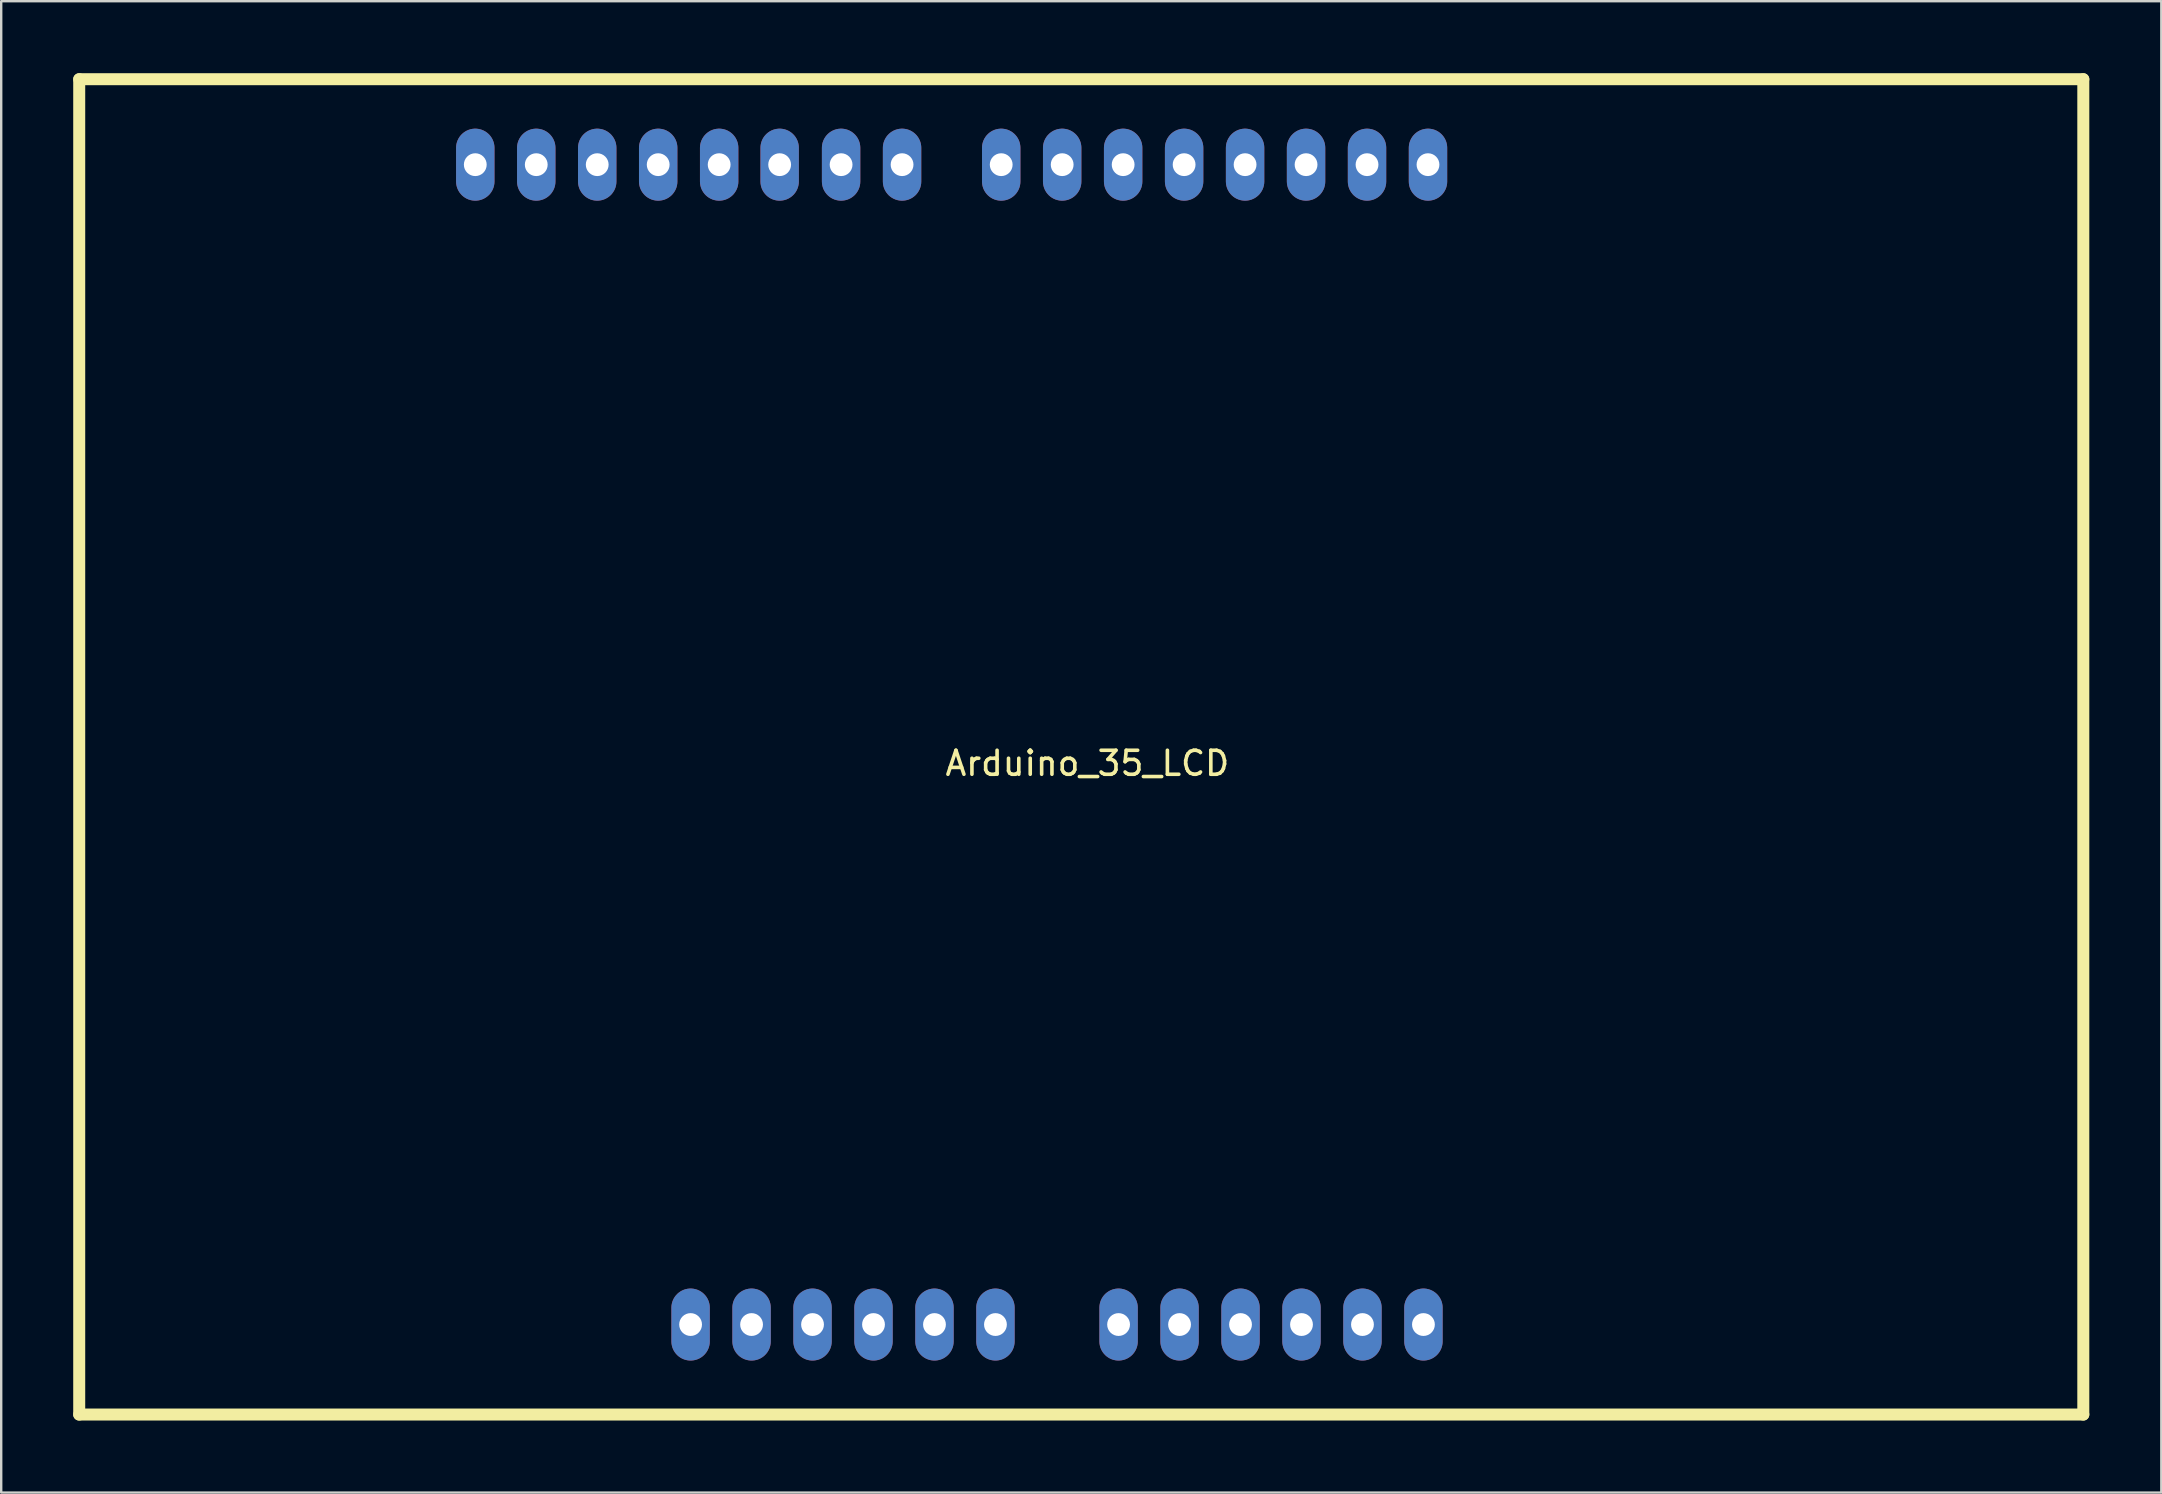
<source format=kicad_pcb>
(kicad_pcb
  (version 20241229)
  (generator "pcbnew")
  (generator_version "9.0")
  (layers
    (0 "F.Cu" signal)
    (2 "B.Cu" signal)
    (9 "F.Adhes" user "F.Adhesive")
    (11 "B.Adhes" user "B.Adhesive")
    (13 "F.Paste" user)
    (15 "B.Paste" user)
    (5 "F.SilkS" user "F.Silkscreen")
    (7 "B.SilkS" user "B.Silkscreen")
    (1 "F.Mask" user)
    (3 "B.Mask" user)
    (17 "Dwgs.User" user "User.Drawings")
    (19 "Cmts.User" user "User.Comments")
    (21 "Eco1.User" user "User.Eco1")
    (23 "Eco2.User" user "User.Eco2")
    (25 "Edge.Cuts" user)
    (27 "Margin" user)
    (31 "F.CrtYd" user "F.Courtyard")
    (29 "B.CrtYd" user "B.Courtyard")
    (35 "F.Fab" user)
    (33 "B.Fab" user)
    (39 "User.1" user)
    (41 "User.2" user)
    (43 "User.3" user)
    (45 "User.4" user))
  (footprint "Arduino_35_LCD"
    (layer "F.Cu")
    (at 0.25 0.25)
    (property "Reference" "Arduino_35_LCD" (at 42 28.5 0) (layer "F.SilkS") (effects (font (size 1 1) (thickness 0.15))))
    (attr through_hole)
    (fp_line (start 0 0) (end 83.49 0) (stroke (width 0.5) (type solid)) (layer "F.SilkS"))
    (fp_line (start 0 55.63) (end 0 0) (stroke (width 0.5) (type solid)) (layer "F.SilkS"))
    (fp_line (start 83.49 0) (end 83.49 55.63) (stroke (width 0.5) (type solid)) (layer "F.SilkS"))
    (fp_line (start 83.49 55.63) (end 0 55.63) (stroke (width 0.5) (type solid)) (layer "F.SilkS"))
    (pad "0" thru_hole oval (at 34.28 3.56) (size 1.6 3) (drill 0.95) (layers "*.Cu" "*.Mask"))
    (pad "1" thru_hole oval (at 31.74 3.56) (size 1.6 3) (drill 0.95) (layers "*.Cu" "*.Mask"))
    (pad "2" thru_hole oval (at 51.11 3.56) (size 1.6 3) (drill 0.95) (layers "*.Cu" "*.Mask"))
    (pad "3" thru_hole oval (at 48.57 3.56) (size 1.6 3) (drill 0.95) (layers "*.Cu" "*.Mask"))
    (pad "4" thru_hole oval (at 46.03 3.56) (size 1.6 3) (drill 0.95) (layers "*.Cu" "*.Mask"))
    (pad "5" thru_hole oval (at 43.49 3.56) (size 1.6 3) (drill 0.95) (layers "*.Cu" "*.Mask"))
    (pad "6" thru_hole oval (at 40.95 3.56) (size 1.6 3) (drill 0.95) (layers "*.Cu" "*.Mask"))
    (pad "7" thru_hole oval (at 38.41 3.56) (size 1.6 3) (drill 0.95) (layers "*.Cu" "*.Mask"))
    (pad "8" thru_hole oval (at 21.58 3.56) (size 1.6 3) (drill 0.95) (layers "*.Cu" "*.Mask"))
    (pad "9" thru_hole oval (at 24.12 3.56) (size 1.6 3) (drill 0.95) (layers "*.Cu" "*.Mask"))
    (pad "10" thru_hole oval (at 26.66 3.56) (size 1.6 3) (drill 0.95) (layers "*.Cu" "*.Mask"))
    (pad "11" thru_hole oval (at 29.18 3.56) (size 1.6 3) (drill 0.95) (layers "*.Cu" "*.Mask"))
    (pad "12" thru_hole oval (at 45.84 51.88) (size 1.6 3) (drill 0.95) (layers "*.Cu" "*.Mask"))
    (pad "13" thru_hole oval (at 48.38 51.88) (size 1.6 3) (drill 0.95) (layers "*.Cu" "*.Mask"))
    (pad "14" thru_hole oval (at 43.3 51.88) (size 1.6 3) (drill 0.95) (layers "*.Cu" "*.Mask"))
    (pad "15" thru_hole oval (at 50.92 51.88) (size 1.6 3) (drill 0.95) (layers "*.Cu" "*.Mask"))
    (pad "16" thru_hole oval (at 53.46 51.88) (size 1.6 3) (drill 0.95) (layers "*.Cu" "*.Mask"))
    (pad "17" thru_hole oval (at 35.63 51.88) (size 1.6 3) (drill 0.95) (layers "*.Cu" "*.Mask"))
    (pad "18" thru_hole oval (at 28.01 51.88) (size 1.6 3) (drill 0.95) (layers "*.Cu" "*.Mask"))
    (pad "19" thru_hole oval (at 30.55 51.88) (size 1.6 3) (drill 0.95) (layers "*.Cu" "*.Mask"))
    (pad "20" thru_hole oval (at 56 51.88) (size 1.6 3) (drill 0.95) (layers "*.Cu" "*.Mask"))
    (pad "21" thru_hole oval (at 38.17 51.88) (size 1.6 3) (drill 0.95) (layers "*.Cu" "*.Mask"))
    (pad "22" thru_hole oval (at 33.09 51.88) (size 1.6 3) (drill 0.95) (layers "*.Cu" "*.Mask"))
    (pad "23" thru_hole oval (at 25.47 51.88) (size 1.6 3) (drill 0.95) (layers "*.Cu" "*.Mask"))
    (pad "24" thru_hole oval (at 56.19 3.56) (size 1.6 3) (drill 0.95) (layers "*.Cu" "*.Mask"))
    (pad "25" thru_hole oval (at 53.65 3.56) (size 1.6 3) (drill 0.95) (layers "*.Cu" "*.Mask"))
    (pad "26" thru_hole oval (at 19.04 3.56) (size 1.6 3) (drill 0.95) (layers "*.Cu" "*.Mask"))
    (pad "27" thru_hole oval (at 16.5 3.56) (size 1.6 3) (drill 0.95) (layers "*.Cu" "*.Mask")))
  (gr_rect
    (start -3 -3)
    (end 86.99 59.13)
    (stroke (width 0.1) (type default))
    (fill no)
    (layer "Edge.Cuts")))
</source>
